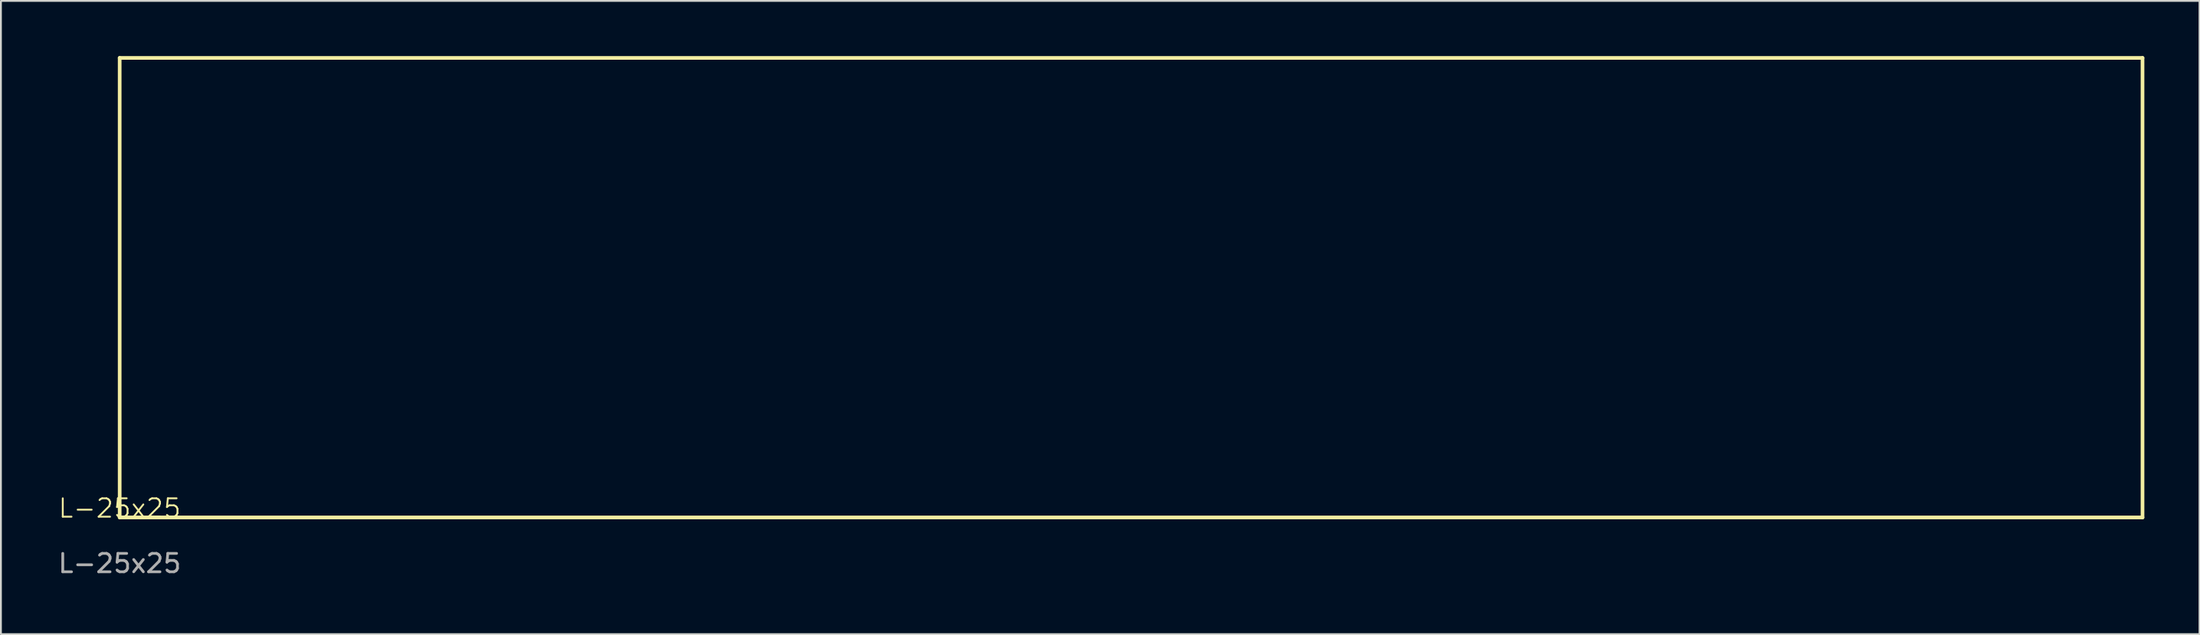
<source format=kicad_pcb>
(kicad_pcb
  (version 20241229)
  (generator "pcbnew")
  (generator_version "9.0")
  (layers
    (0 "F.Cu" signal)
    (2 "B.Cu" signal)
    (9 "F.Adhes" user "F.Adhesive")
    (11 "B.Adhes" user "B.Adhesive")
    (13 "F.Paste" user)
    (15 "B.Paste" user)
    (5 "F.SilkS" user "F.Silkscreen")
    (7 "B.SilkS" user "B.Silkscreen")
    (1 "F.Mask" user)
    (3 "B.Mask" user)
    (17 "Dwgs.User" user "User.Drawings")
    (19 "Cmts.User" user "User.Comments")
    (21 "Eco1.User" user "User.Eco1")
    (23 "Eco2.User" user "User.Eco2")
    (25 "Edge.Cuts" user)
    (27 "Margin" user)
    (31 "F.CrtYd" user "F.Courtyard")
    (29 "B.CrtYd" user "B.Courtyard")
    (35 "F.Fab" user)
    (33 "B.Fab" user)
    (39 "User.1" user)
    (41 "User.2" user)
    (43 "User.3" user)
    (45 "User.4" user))
  (footprint "L-25x25"
    (layer "F.Cu")
    (at 3.458 25.1)
    (property "Reference" "L-25x25" (at 0 -0.5 0) (unlocked yes) (layer "F.SilkS") (effects (font (size 1 1) (thickness 0.1))))
    (attr through_hole)
    (fp_line (start 0 -25) (end 0 0) (stroke (width 0.2) (type default)) (layer "F.SilkS"))
    (fp_line (start 0 0) (end 110 0) (stroke (width 0.2) (type default)) (layer "F.SilkS"))
    (fp_line (start 110 -25) (end 0 -25) (stroke (width 0.2) (type default)) (layer "F.SilkS"))
    (fp_line (start 110 0) (end 110 -25) (stroke (width 0.2) (type default)) (layer "F.SilkS"))
    (fp_text user "${REFERENCE}" (at 0 2.5 0) (unlocked yes) (layer "F.Fab") (effects (font (size 1 1) (thickness 0.15)))))
  (gr_rect
    (start -3 -3)
    (end 116.558 31.448)
    (stroke (width 0.1) (type default))
    (fill no)
    (layer "Edge.Cuts")))
</source>
